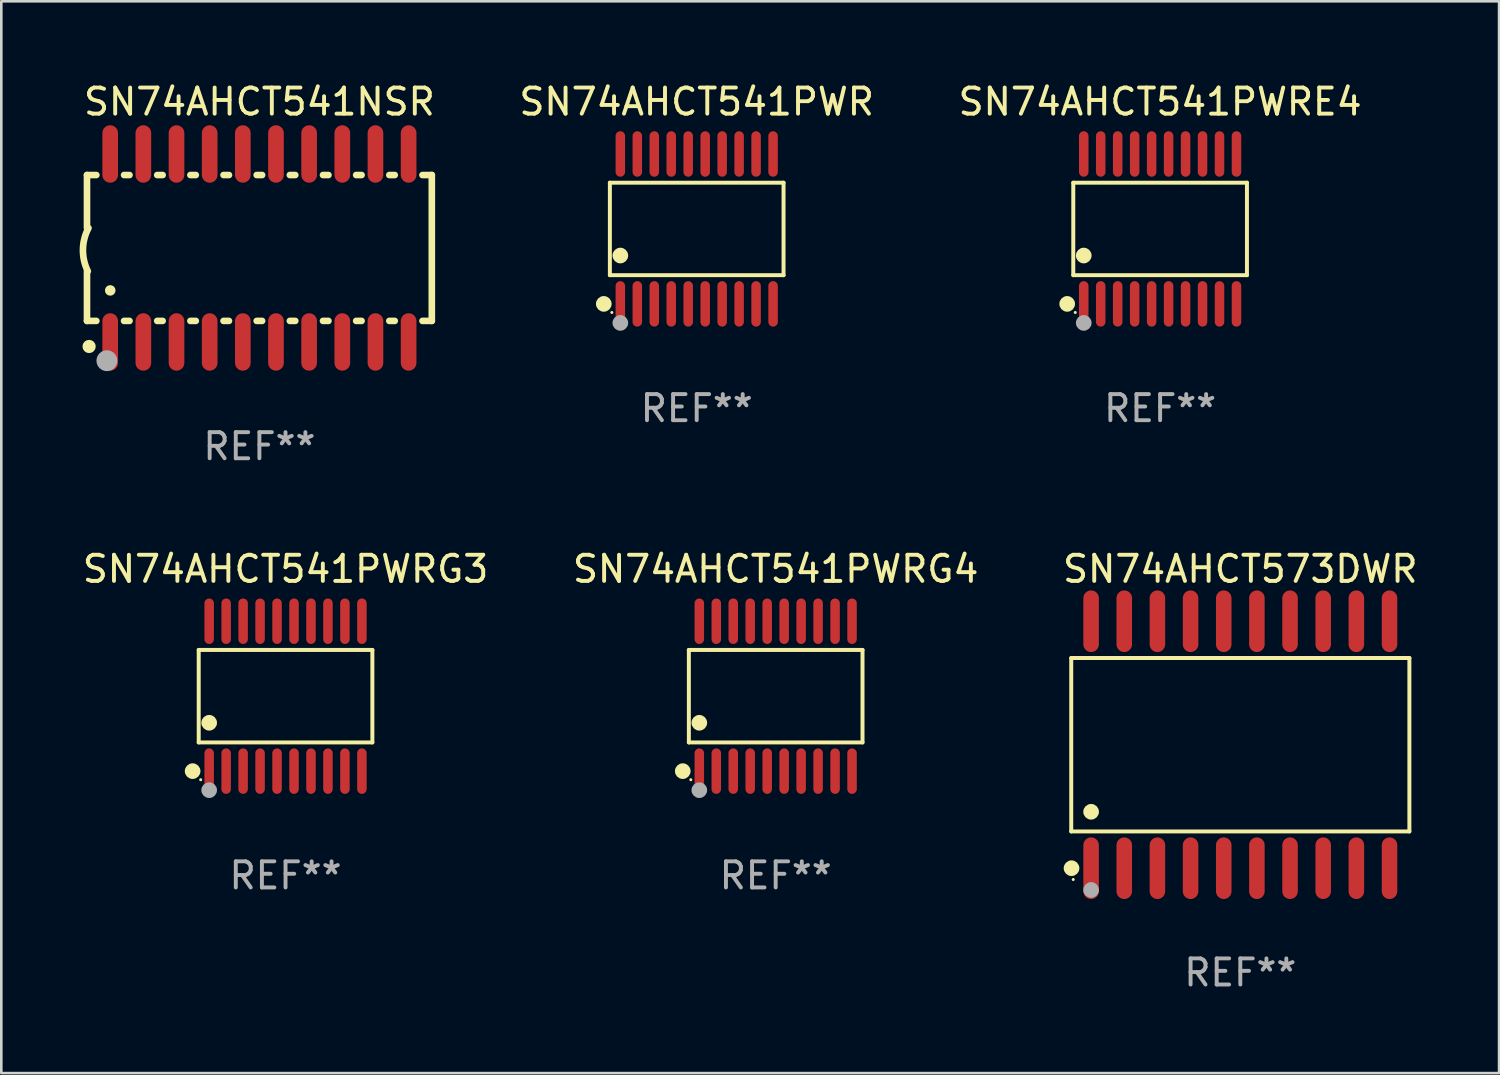
<source format=kicad_pcb>
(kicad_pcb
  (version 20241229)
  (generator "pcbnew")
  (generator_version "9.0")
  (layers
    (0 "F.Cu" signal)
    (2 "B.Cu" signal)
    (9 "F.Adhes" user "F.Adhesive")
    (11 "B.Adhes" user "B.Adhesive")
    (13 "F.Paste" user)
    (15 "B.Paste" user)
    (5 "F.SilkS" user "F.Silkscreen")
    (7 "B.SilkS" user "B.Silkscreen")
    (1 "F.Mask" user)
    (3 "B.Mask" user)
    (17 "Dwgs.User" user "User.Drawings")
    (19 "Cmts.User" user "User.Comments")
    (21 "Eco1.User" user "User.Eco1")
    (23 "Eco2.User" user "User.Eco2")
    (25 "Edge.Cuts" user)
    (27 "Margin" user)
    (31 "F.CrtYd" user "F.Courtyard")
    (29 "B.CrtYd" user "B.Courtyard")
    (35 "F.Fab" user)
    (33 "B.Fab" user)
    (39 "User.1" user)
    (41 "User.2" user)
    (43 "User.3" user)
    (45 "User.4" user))
  (footprint "SN74AHCT541PWRG4"
    (layer "F.Cu")
    (at 26.661 23.616)
    (property "Reference" "SN74AHCT541PWRG4" (at 0 -4.871 0) (layer "F.SilkS") (effects (font (size 1 1) (thickness 0.15))))
    (attr through_hole)
    (fp_line (start -3.326 -1.771) (end 3.326 -1.771) (stroke (width 0.152) (type solid)) (layer "F.SilkS"))
    (fp_line (start -3.326 1.771) (end -3.326 -1.771) (stroke (width 0.152) (type solid)) (layer "F.SilkS"))
    (fp_line (start 3.326 -1.771) (end 3.326 1.771) (stroke (width 0.152) (type solid)) (layer "F.SilkS"))
    (fp_line (start 3.326 1.771) (end -3.326 1.771) (stroke (width 0.152) (type solid)) (layer "F.SilkS"))
    (fp_circle (center -3.559 2.871) (end -3.409 2.871) (stroke (width 0.3) (type solid)) (fill no) (layer "F.SilkS"))
    (fp_circle (center -3.25 3.2) (end -3.22 3.2) (stroke (width 0.06) (type solid)) (fill no) (layer "F.SilkS"))
    (fp_circle (center -2.925 1.019) (end -2.775 1.019) (stroke (width 0.3) (type solid)) (fill no) (layer "F.SilkS"))
    (fp_circle (center -2.925 3.6) (end -2.775 3.6) (stroke (width 0.3) (type solid)) (fill no) (layer "F.Fab"))
    (fp_text user "REF**" (at 0 6.871 0) (layer "F.Fab") (effects (font (size 1 1) (thickness 0.15))))
    (pad "1" smd oval (at -2.925 2.871) (size 0.364 1.742) (layers "F.Cu" "F.Mask" "F.Paste"))
    (pad "2" smd oval (at -2.275 2.871) (size 0.364 1.742) (layers "F.Cu" "F.Mask" "F.Paste"))
    (pad "3" smd oval (at -1.625 2.871) (size 0.364 1.742) (layers "F.Cu" "F.Mask" "F.Paste"))
    (pad "4" smd oval (at -0.975 2.871) (size 0.364 1.742) (layers "F.Cu" "F.Mask" "F.Paste"))
    (pad "5" smd oval (at -0.325 2.871) (size 0.364 1.742) (layers "F.Cu" "F.Mask" "F.Paste"))
    (pad "6" smd oval (at 0.325 2.871) (size 0.364 1.742) (layers "F.Cu" "F.Mask" "F.Paste"))
    (pad "7" smd oval (at 0.975 2.871) (size 0.364 1.742) (layers "F.Cu" "F.Mask" "F.Paste"))
    (pad "8" smd oval (at 1.625 2.871) (size 0.364 1.742) (layers "F.Cu" "F.Mask" "F.Paste"))
    (pad "9" smd oval (at 2.275 2.871) (size 0.364 1.742) (layers "F.Cu" "F.Mask" "F.Paste"))
    (pad "10" smd oval (at 2.925 2.871) (size 0.364 1.742) (layers "F.Cu" "F.Mask" "F.Paste"))
    (pad "11" smd oval (at 2.925 -2.871) (size 0.364 1.742) (layers "F.Cu" "F.Mask" "F.Paste"))
    (pad "12" smd oval (at 2.275 -2.871) (size 0.364 1.742) (layers "F.Cu" "F.Mask" "F.Paste"))
    (pad "13" smd oval (at 1.625 -2.871) (size 0.364 1.742) (layers "F.Cu" "F.Mask" "F.Paste"))
    (pad "14" smd oval (at 0.975 -2.871) (size 0.364 1.742) (layers "F.Cu" "F.Mask" "F.Paste"))
    (pad "15" smd oval (at 0.325 -2.871) (size 0.364 1.742) (layers "F.Cu" "F.Mask" "F.Paste"))
    (pad "16" smd oval (at -0.325 -2.871) (size 0.364 1.742) (layers "F.Cu" "F.Mask" "F.Paste"))
    (pad "17" smd oval (at -0.975 -2.871) (size 0.364 1.742) (layers "F.Cu" "F.Mask" "F.Paste"))
    (pad "18" smd oval (at -1.625 -2.871) (size 0.364 1.742) (layers "F.Cu" "F.Mask" "F.Paste"))
    (pad "19" smd oval (at -2.275 -2.871) (size 0.364 1.742) (layers "F.Cu" "F.Mask" "F.Paste"))
    (pad "20" smd oval (at -2.925 -2.871) (size 0.364 1.742) (layers "F.Cu" "F.Mask" "F.Paste")))
  (footprint "SN74AHCT541PWRG3"
    (layer "F.Cu")
    (at 7.887 23.616)
    (property "Reference" "SN74AHCT541PWRG3" (at 0 -4.871 0) (layer "F.SilkS") (effects (font (size 1 1) (thickness 0.15))))
    (attr through_hole)
    (fp_line (start -3.326 -1.771) (end 3.326 -1.771) (stroke (width 0.152) (type solid)) (layer "F.SilkS"))
    (fp_line (start -3.326 1.771) (end -3.326 -1.771) (stroke (width 0.152) (type solid)) (layer "F.SilkS"))
    (fp_line (start 3.326 -1.771) (end 3.326 1.771) (stroke (width 0.152) (type solid)) (layer "F.SilkS"))
    (fp_line (start 3.326 1.771) (end -3.326 1.771) (stroke (width 0.152) (type solid)) (layer "F.SilkS"))
    (fp_circle (center -3.559 2.871) (end -3.409 2.871) (stroke (width 0.3) (type solid)) (fill no) (layer "F.SilkS"))
    (fp_circle (center -3.25 3.2) (end -3.22 3.2) (stroke (width 0.06) (type solid)) (fill no) (layer "F.SilkS"))
    (fp_circle (center -2.925 1.019) (end -2.775 1.019) (stroke (width 0.3) (type solid)) (fill no) (layer "F.SilkS"))
    (fp_circle (center -2.925 3.6) (end -2.775 3.6) (stroke (width 0.3) (type solid)) (fill no) (layer "F.Fab"))
    (fp_text user "REF**" (at 0 6.871 0) (layer "F.Fab") (effects (font (size 1 1) (thickness 0.15))))
    (pad "1" smd oval (at -2.925 2.871) (size 0.364 1.742) (layers "F.Cu" "F.Mask" "F.Paste"))
    (pad "2" smd oval (at -2.275 2.871) (size 0.364 1.742) (layers "F.Cu" "F.Mask" "F.Paste"))
    (pad "3" smd oval (at -1.625 2.871) (size 0.364 1.742) (layers "F.Cu" "F.Mask" "F.Paste"))
    (pad "4" smd oval (at -0.975 2.871) (size 0.364 1.742) (layers "F.Cu" "F.Mask" "F.Paste"))
    (pad "5" smd oval (at -0.325 2.871) (size 0.364 1.742) (layers "F.Cu" "F.Mask" "F.Paste"))
    (pad "6" smd oval (at 0.325 2.871) (size 0.364 1.742) (layers "F.Cu" "F.Mask" "F.Paste"))
    (pad "7" smd oval (at 0.975 2.871) (size 0.364 1.742) (layers "F.Cu" "F.Mask" "F.Paste"))
    (pad "8" smd oval (at 1.625 2.871) (size 0.364 1.742) (layers "F.Cu" "F.Mask" "F.Paste"))
    (pad "9" smd oval (at 2.275 2.871) (size 0.364 1.742) (layers "F.Cu" "F.Mask" "F.Paste"))
    (pad "10" smd oval (at 2.925 2.871) (size 0.364 1.742) (layers "F.Cu" "F.Mask" "F.Paste"))
    (pad "11" smd oval (at 2.925 -2.871) (size 0.364 1.742) (layers "F.Cu" "F.Mask" "F.Paste"))
    (pad "12" smd oval (at 2.275 -2.871) (size 0.364 1.742) (layers "F.Cu" "F.Mask" "F.Paste"))
    (pad "13" smd oval (at 1.625 -2.871) (size 0.364 1.742) (layers "F.Cu" "F.Mask" "F.Paste"))
    (pad "14" smd oval (at 0.975 -2.871) (size 0.364 1.742) (layers "F.Cu" "F.Mask" "F.Paste"))
    (pad "15" smd oval (at 0.325 -2.871) (size 0.364 1.742) (layers "F.Cu" "F.Mask" "F.Paste"))
    (pad "16" smd oval (at -0.325 -2.871) (size 0.364 1.742) (layers "F.Cu" "F.Mask" "F.Paste"))
    (pad "17" smd oval (at -0.975 -2.871) (size 0.364 1.742) (layers "F.Cu" "F.Mask" "F.Paste"))
    (pad "18" smd oval (at -1.625 -2.871) (size 0.364 1.742) (layers "F.Cu" "F.Mask" "F.Paste"))
    (pad "19" smd oval (at -2.275 -2.871) (size 0.364 1.742) (layers "F.Cu" "F.Mask" "F.Paste"))
    (pad "20" smd oval (at -2.925 -2.871) (size 0.364 1.742) (layers "F.Cu" "F.Mask" "F.Paste")))
  (footprint "SN74AHCT541PWRE4"
    (layer "F.Cu")
    (at 41.386 5.719)
    (property "Reference" "SN74AHCT541PWRE4" (at 0 -4.871 0) (layer "F.SilkS") (effects (font (size 1 1) (thickness 0.15))))
    (attr through_hole)
    (fp_line (start -3.326 -1.771) (end 3.326 -1.771) (stroke (width 0.152) (type solid)) (layer "F.SilkS"))
    (fp_line (start -3.326 1.771) (end -3.326 -1.771) (stroke (width 0.152) (type solid)) (layer "F.SilkS"))
    (fp_line (start 3.326 -1.771) (end 3.326 1.771) (stroke (width 0.152) (type solid)) (layer "F.SilkS"))
    (fp_line (start 3.326 1.771) (end -3.326 1.771) (stroke (width 0.152) (type solid)) (layer "F.SilkS"))
    (fp_circle (center -3.559 2.871) (end -3.409 2.871) (stroke (width 0.3) (type solid)) (fill no) (layer "F.SilkS"))
    (fp_circle (center -3.25 3.2) (end -3.22 3.2) (stroke (width 0.06) (type solid)) (fill no) (layer "F.SilkS"))
    (fp_circle (center -2.925 1.019) (end -2.775 1.019) (stroke (width 0.3) (type solid)) (fill no) (layer "F.SilkS"))
    (fp_circle (center -2.925 3.6) (end -2.775 3.6) (stroke (width 0.3) (type solid)) (fill no) (layer "F.Fab"))
    (fp_text user "REF**" (at 0 6.871 0) (layer "F.Fab") (effects (font (size 1 1) (thickness 0.15))))
    (pad "1" smd oval (at -2.925 2.871) (size 0.364 1.742) (layers "F.Cu" "F.Mask" "F.Paste"))
    (pad "2" smd oval (at -2.275 2.871) (size 0.364 1.742) (layers "F.Cu" "F.Mask" "F.Paste"))
    (pad "3" smd oval (at -1.625 2.871) (size 0.364 1.742) (layers "F.Cu" "F.Mask" "F.Paste"))
    (pad "4" smd oval (at -0.975 2.871) (size 0.364 1.742) (layers "F.Cu" "F.Mask" "F.Paste"))
    (pad "5" smd oval (at -0.325 2.871) (size 0.364 1.742) (layers "F.Cu" "F.Mask" "F.Paste"))
    (pad "6" smd oval (at 0.325 2.871) (size 0.364 1.742) (layers "F.Cu" "F.Mask" "F.Paste"))
    (pad "7" smd oval (at 0.975 2.871) (size 0.364 1.742) (layers "F.Cu" "F.Mask" "F.Paste"))
    (pad "8" smd oval (at 1.625 2.871) (size 0.364 1.742) (layers "F.Cu" "F.Mask" "F.Paste"))
    (pad "9" smd oval (at 2.275 2.871) (size 0.364 1.742) (layers "F.Cu" "F.Mask" "F.Paste"))
    (pad "10" smd oval (at 2.925 2.871) (size 0.364 1.742) (layers "F.Cu" "F.Mask" "F.Paste"))
    (pad "11" smd oval (at 2.925 -2.871) (size 0.364 1.742) (layers "F.Cu" "F.Mask" "F.Paste"))
    (pad "12" smd oval (at 2.275 -2.871) (size 0.364 1.742) (layers "F.Cu" "F.Mask" "F.Paste"))
    (pad "13" smd oval (at 1.625 -2.871) (size 0.364 1.742) (layers "F.Cu" "F.Mask" "F.Paste"))
    (pad "14" smd oval (at 0.975 -2.871) (size 0.364 1.742) (layers "F.Cu" "F.Mask" "F.Paste"))
    (pad "15" smd oval (at 0.325 -2.871) (size 0.364 1.742) (layers "F.Cu" "F.Mask" "F.Paste"))
    (pad "16" smd oval (at -0.325 -2.871) (size 0.364 1.742) (layers "F.Cu" "F.Mask" "F.Paste"))
    (pad "17" smd oval (at -0.975 -2.871) (size 0.364 1.742) (layers "F.Cu" "F.Mask" "F.Paste"))
    (pad "18" smd oval (at -1.625 -2.871) (size 0.364 1.742) (layers "F.Cu" "F.Mask" "F.Paste"))
    (pad "19" smd oval (at -2.275 -2.871) (size 0.364 1.742) (layers "F.Cu" "F.Mask" "F.Paste"))
    (pad "20" smd oval (at -2.925 -2.871) (size 0.364 1.742) (layers "F.Cu" "F.Mask" "F.Paste")))
  (footprint "SN74AHCT541NSR"
    (layer "F.Cu")
    (at 6.886 6.448)
    (property "Reference" "SN74AHCT541NSR" (at 0 -5.6 0) (layer "F.SilkS") (effects (font (size 1 1) (thickness 0.15))))
    (attr through_hole)
    (fp_line (start -6.604 -2.794) (end -6.246 -2.794) (stroke (width 0.254) (type solid)) (layer "F.SilkS"))
    (fp_line (start -6.604 -0.762) (end -6.604 -2.794) (stroke (width 0.254) (type solid)) (layer "F.SilkS"))
    (fp_line (start -6.604 2.794) (end -6.604 0.889) (stroke (width 0.254) (type solid)) (layer "F.SilkS"))
    (fp_line (start -6.246 2.794) (end -6.604 2.794) (stroke (width 0.254) (type solid)) (layer "F.SilkS"))
    (fp_line (start -5.184 -2.794) (end -4.976 -2.794) (stroke (width 0.254) (type solid)) (layer "F.SilkS"))
    (fp_line (start -4.976 2.794) (end -5.184 2.794) (stroke (width 0.254) (type solid)) (layer "F.SilkS"))
    (fp_line (start -3.914 -2.794) (end -3.706 -2.794) (stroke (width 0.254) (type solid)) (layer "F.SilkS"))
    (fp_line (start -3.706 2.794) (end -3.914 2.794) (stroke (width 0.254) (type solid)) (layer "F.SilkS"))
    (fp_line (start -2.644 -2.794) (end -2.436 -2.794) (stroke (width 0.254) (type solid)) (layer "F.SilkS"))
    (fp_line (start -2.436 2.794) (end -2.644 2.794) (stroke (width 0.254) (type solid)) (layer "F.SilkS"))
    (fp_line (start -1.374 -2.794) (end -1.166 -2.794) (stroke (width 0.254) (type solid)) (layer "F.SilkS"))
    (fp_line (start -1.166 2.794) (end -1.374 2.794) (stroke (width 0.254) (type solid)) (layer "F.SilkS"))
    (fp_line (start -0.104 -2.794) (end 0.104 -2.794) (stroke (width 0.254) (type solid)) (layer "F.SilkS"))
    (fp_line (start 0.104 2.794) (end -0.104 2.794) (stroke (width 0.254) (type solid)) (layer "F.SilkS"))
    (fp_line (start 1.166 -2.794) (end 1.374 -2.794) (stroke (width 0.254) (type solid)) (layer "F.SilkS"))
    (fp_line (start 1.374 2.794) (end 1.166 2.794) (stroke (width 0.254) (type solid)) (layer "F.SilkS"))
    (fp_line (start 2.436 -2.794) (end 2.644 -2.794) (stroke (width 0.254) (type solid)) (layer "F.SilkS"))
    (fp_line (start 2.644 2.794) (end 2.436 2.794) (stroke (width 0.254) (type solid)) (layer "F.SilkS"))
    (fp_line (start 3.706 -2.794) (end 3.914 -2.794) (stroke (width 0.254) (type solid)) (layer "F.SilkS"))
    (fp_line (start 3.914 2.794) (end 3.706 2.794) (stroke (width 0.254) (type solid)) (layer "F.SilkS"))
    (fp_line (start 4.976 -2.794) (end 5.184 -2.794) (stroke (width 0.254) (type solid)) (layer "F.SilkS"))
    (fp_line (start 5.184 2.794) (end 4.976 2.794) (stroke (width 0.254) (type solid)) (layer "F.SilkS"))
    (fp_line (start 6.246 -2.794) (end 6.604 -2.794) (stroke (width 0.254) (type solid)) (layer "F.SilkS"))
    (fp_line (start 6.604 -2.794) (end 6.604 2.794) (stroke (width 0.254) (type solid)) (layer "F.SilkS"))
    (fp_line (start 6.604 2.794) (end 6.246 2.794) (stroke (width 0.254) (type solid)) (layer "F.SilkS"))
    (fp_arc (start -6.572821 0.889028) (mid -6.759035 0.060466) (end -6.547422 -0.761976) (stroke (width 0.254001) (type solid)) (layer "F.SilkS"))
    (fp_arc (start -6.570993 3.749047) (mid -6.569723 3.749042) (end -6.568453 3.749047) (stroke (width 0.3) (type solid)) (layer "F.SilkS"))
    (fp_arc (start -5.715011 1.625603) (mid -5.713741 1.625599) (end -5.712471 1.625603) (stroke (width 0.4) (type solid)) (layer "F.SilkS"))
    (fp_circle (center -6.523 3.773) (end -6.396 3.773) (stroke (width 0.254) (type solid)) (fill no) (layer "F.SilkS"))
    (fp_circle (center -5.842 4.318) (end -5.642 4.318) (stroke (width 0.4) (type solid)) (fill no) (layer "F.Fab"))
    (fp_text user "REF**" (at 0 7.6 0) (layer "F.Fab") (effects (font (size 1 1) (thickness 0.15))))
    (pad "1" smd oval (at -5.715 3.6) (size 0.6 2.2) (layers "F.Cu" "F.Mask" "F.Paste"))
    (pad "2" smd oval (at -4.445 3.6) (size 0.6 2.2) (layers "F.Cu" "F.Mask" "F.Paste"))
    (pad "3" smd oval (at -3.175 3.6) (size 0.6 2.2) (layers "F.Cu" "F.Mask" "F.Paste"))
    (pad "4" smd oval (at -1.905 3.6) (size 0.6 2.2) (layers "F.Cu" "F.Mask" "F.Paste"))
    (pad "5" smd oval (at -0.635 3.6) (size 0.6 2.2) (layers "F.Cu" "F.Mask" "F.Paste"))
    (pad "6" smd oval (at 0.635 3.6) (size 0.6 2.2) (layers "F.Cu" "F.Mask" "F.Paste"))
    (pad "7" smd oval (at 1.905 3.6) (size 0.6 2.2) (layers "F.Cu" "F.Mask" "F.Paste"))
    (pad "8" smd oval (at 3.175 3.6) (size 0.6 2.2) (layers "F.Cu" "F.Mask" "F.Paste"))
    (pad "9" smd oval (at 4.445 3.6) (size 0.6 2.2) (layers "F.Cu" "F.Mask" "F.Paste"))
    (pad "10" smd oval (at 5.715 3.6) (size 0.6 2.2) (layers "F.Cu" "F.Mask" "F.Paste"))
    (pad "11" smd oval (at 5.715 -3.6 180) (size 0.6 2.2) (layers "F.Cu" "F.Mask" "F.Paste"))
    (pad "12" smd oval (at 4.445 -3.6 180) (size 0.6 2.2) (layers "F.Cu" "F.Mask" "F.Paste"))
    (pad "13" smd oval (at 3.175 -3.6 180) (size 0.6 2.2) (layers "F.Cu" "F.Mask" "F.Paste"))
    (pad "14" smd oval (at 1.905 -3.6 180) (size 0.6 2.2) (layers "F.Cu" "F.Mask" "F.Paste"))
    (pad "15" smd oval (at 0.635 -3.6 180) (size 0.6 2.2) (layers "F.Cu" "F.Mask" "F.Paste"))
    (pad "16" smd oval (at -0.635 -3.6 180) (size 0.6 2.2) (layers "F.Cu" "F.Mask" "F.Paste"))
    (pad "17" smd oval (at -1.905 -3.6 180) (size 0.6 2.2) (layers "F.Cu" "F.Mask" "F.Paste"))
    (pad "18" smd oval (at -3.175 -3.6 180) (size 0.6 2.2) (layers "F.Cu" "F.Mask" "F.Paste"))
    (pad "19" smd oval (at -4.445 -3.6 180) (size 0.6 2.2) (layers "F.Cu" "F.Mask" "F.Paste"))
    (pad "20" smd oval (at -5.715 -3.6 180) (size 0.6 2.2) (layers "F.Cu" "F.Mask" "F.Paste")))
  (footprint "SN74AHCT573DWR"
    (layer "F.Cu")
    (at 44.458 25.475)
    (property "Reference" "SN74AHCT573DWR" (at 0 -6.73 0) (layer "F.SilkS") (effects (font (size 1 1) (thickness 0.15))))
    (attr through_hole)
    (fp_line (start -6.476 -3.321) (end 6.476 -3.321) (stroke (width 0.152) (type solid)) (layer "F.SilkS"))
    (fp_line (start -6.476 3.321) (end -6.476 -3.321) (stroke (width 0.152) (type solid)) (layer "F.SilkS"))
    (fp_line (start 6.476 -3.321) (end 6.476 3.321) (stroke (width 0.152) (type solid)) (layer "F.SilkS"))
    (fp_line (start 6.476 3.321) (end -6.476 3.321) (stroke (width 0.152) (type solid)) (layer "F.SilkS"))
    (fp_circle (center -6.465 4.73) (end -6.315 4.73) (stroke (width 0.3) (type solid)) (fill no) (layer "F.SilkS"))
    (fp_circle (center -6.4 5.163) (end -6.37 5.163) (stroke (width 0.06) (type solid)) (fill no) (layer "F.SilkS"))
    (fp_circle (center -5.715 2.569) (end -5.565 2.569) (stroke (width 0.3) (type solid)) (fill no) (layer "F.SilkS"))
    (fp_circle (center -5.715 5.563) (end -5.565 5.563) (stroke (width 0.3) (type solid)) (fill no) (layer "F.Fab"))
    (fp_text user "REF**" (at 0 8.73 0) (layer "F.Fab") (effects (font (size 1 1) (thickness 0.15))))
    (pad "1" smd oval (at -5.715 4.73) (size 0.595 2.36) (layers "F.Cu" "F.Mask" "F.Paste"))
    (pad "2" smd oval (at -4.445 4.73) (size 0.595 2.36) (layers "F.Cu" "F.Mask" "F.Paste"))
    (pad "3" smd oval (at -3.175 4.73) (size 0.595 2.36) (layers "F.Cu" "F.Mask" "F.Paste"))
    (pad "4" smd oval (at -1.905 4.73) (size 0.595 2.36) (layers "F.Cu" "F.Mask" "F.Paste"))
    (pad "5" smd oval (at -0.635 4.73) (size 0.595 2.36) (layers "F.Cu" "F.Mask" "F.Paste"))
    (pad "6" smd oval (at 0.635 4.73) (size 0.595 2.36) (layers "F.Cu" "F.Mask" "F.Paste"))
    (pad "7" smd oval (at 1.905 4.73) (size 0.595 2.36) (layers "F.Cu" "F.Mask" "F.Paste"))
    (pad "8" smd oval (at 3.175 4.73) (size 0.595 2.36) (layers "F.Cu" "F.Mask" "F.Paste"))
    (pad "9" smd oval (at 4.445 4.73) (size 0.595 2.36) (layers "F.Cu" "F.Mask" "F.Paste"))
    (pad "10" smd oval (at 5.715 4.73) (size 0.595 2.36) (layers "F.Cu" "F.Mask" "F.Paste"))
    (pad "11" smd oval (at 5.715 -4.73) (size 0.595 2.36) (layers "F.Cu" "F.Mask" "F.Paste"))
    (pad "12" smd oval (at 4.445 -4.73) (size 0.595 2.36) (layers "F.Cu" "F.Mask" "F.Paste"))
    (pad "13" smd oval (at 3.175 -4.73) (size 0.595 2.36) (layers "F.Cu" "F.Mask" "F.Paste"))
    (pad "14" smd oval (at 1.905 -4.73) (size 0.595 2.36) (layers "F.Cu" "F.Mask" "F.Paste"))
    (pad "15" smd oval (at 0.635 -4.73) (size 0.595 2.36) (layers "F.Cu" "F.Mask" "F.Paste"))
    (pad "16" smd oval (at -0.635 -4.73) (size 0.595 2.36) (layers "F.Cu" "F.Mask" "F.Paste"))
    (pad "17" smd oval (at -1.905 -4.73) (size 0.595 2.36) (layers "F.Cu" "F.Mask" "F.Paste"))
    (pad "18" smd oval (at -3.175 -4.73) (size 0.595 2.36) (layers "F.Cu" "F.Mask" "F.Paste"))
    (pad "19" smd oval (at -4.445 -4.73) (size 0.595 2.36) (layers "F.Cu" "F.Mask" "F.Paste"))
    (pad "20" smd oval (at -5.715 -4.73) (size 0.595 2.36) (layers "F.Cu" "F.Mask" "F.Paste")))
  (footprint "SN74AHCT541PWR"
    (layer "F.Cu")
    (at 23.636 5.719)
    (property "Reference" "SN74AHCT541PWR" (at 0 -4.871 0) (layer "F.SilkS") (effects (font (size 1 1) (thickness 0.15))))
    (attr through_hole)
    (fp_line (start -3.326 -1.771) (end 3.326 -1.771) (stroke (width 0.152) (type solid)) (layer "F.SilkS"))
    (fp_line (start -3.326 1.771) (end -3.326 -1.771) (stroke (width 0.152) (type solid)) (layer "F.SilkS"))
    (fp_line (start 3.326 -1.771) (end 3.326 1.771) (stroke (width 0.152) (type solid)) (layer "F.SilkS"))
    (fp_line (start 3.326 1.771) (end -3.326 1.771) (stroke (width 0.152) (type solid)) (layer "F.SilkS"))
    (fp_circle (center -3.559 2.871) (end -3.409 2.871) (stroke (width 0.3) (type solid)) (fill no) (layer "F.SilkS"))
    (fp_circle (center -3.25 3.2) (end -3.22 3.2) (stroke (width 0.06) (type solid)) (fill no) (layer "F.SilkS"))
    (fp_circle (center -2.925 1.019) (end -2.775 1.019) (stroke (width 0.3) (type solid)) (fill no) (layer "F.SilkS"))
    (fp_circle (center -2.925 3.6) (end -2.775 3.6) (stroke (width 0.3) (type solid)) (fill no) (layer "F.Fab"))
    (fp_text user "REF**" (at 0 6.871 0) (layer "F.Fab") (effects (font (size 1 1) (thickness 0.15))))
    (pad "1" smd oval (at -2.925 2.871) (size 0.364 1.742) (layers "F.Cu" "F.Mask" "F.Paste"))
    (pad "2" smd oval (at -2.275 2.871) (size 0.364 1.742) (layers "F.Cu" "F.Mask" "F.Paste"))
    (pad "3" smd oval (at -1.625 2.871) (size 0.364 1.742) (layers "F.Cu" "F.Mask" "F.Paste"))
    (pad "4" smd oval (at -0.975 2.871) (size 0.364 1.742) (layers "F.Cu" "F.Mask" "F.Paste"))
    (pad "5" smd oval (at -0.325 2.871) (size 0.364 1.742) (layers "F.Cu" "F.Mask" "F.Paste"))
    (pad "6" smd oval (at 0.325 2.871) (size 0.364 1.742) (layers "F.Cu" "F.Mask" "F.Paste"))
    (pad "7" smd oval (at 0.975 2.871) (size 0.364 1.742) (layers "F.Cu" "F.Mask" "F.Paste"))
    (pad "8" smd oval (at 1.625 2.871) (size 0.364 1.742) (layers "F.Cu" "F.Mask" "F.Paste"))
    (pad "9" smd oval (at 2.275 2.871) (size 0.364 1.742) (layers "F.Cu" "F.Mask" "F.Paste"))
    (pad "10" smd oval (at 2.925 2.871) (size 0.364 1.742) (layers "F.Cu" "F.Mask" "F.Paste"))
    (pad "11" smd oval (at 2.925 -2.871) (size 0.364 1.742) (layers "F.Cu" "F.Mask" "F.Paste"))
    (pad "12" smd oval (at 2.275 -2.871) (size 0.364 1.742) (layers "F.Cu" "F.Mask" "F.Paste"))
    (pad "13" smd oval (at 1.625 -2.871) (size 0.364 1.742) (layers "F.Cu" "F.Mask" "F.Paste"))
    (pad "14" smd oval (at 0.975 -2.871) (size 0.364 1.742) (layers "F.Cu" "F.Mask" "F.Paste"))
    (pad "15" smd oval (at 0.325 -2.871) (size 0.364 1.742) (layers "F.Cu" "F.Mask" "F.Paste"))
    (pad "16" smd oval (at -0.325 -2.871) (size 0.364 1.742) (layers "F.Cu" "F.Mask" "F.Paste"))
    (pad "17" smd oval (at -0.975 -2.871) (size 0.364 1.742) (layers "F.Cu" "F.Mask" "F.Paste"))
    (pad "18" smd oval (at -1.625 -2.871) (size 0.364 1.742) (layers "F.Cu" "F.Mask" "F.Paste"))
    (pad "19" smd oval (at -2.275 -2.871) (size 0.364 1.742) (layers "F.Cu" "F.Mask" "F.Paste"))
    (pad "20" smd oval (at -2.925 -2.871) (size 0.364 1.742) (layers "F.Cu" "F.Mask" "F.Paste")))
  (gr_rect
    (start -3 -3)
    (end 54.369 38.053)
    (stroke (width 0.1) (type default))
    (fill no)
    (layer "Edge.Cuts")))
</source>
